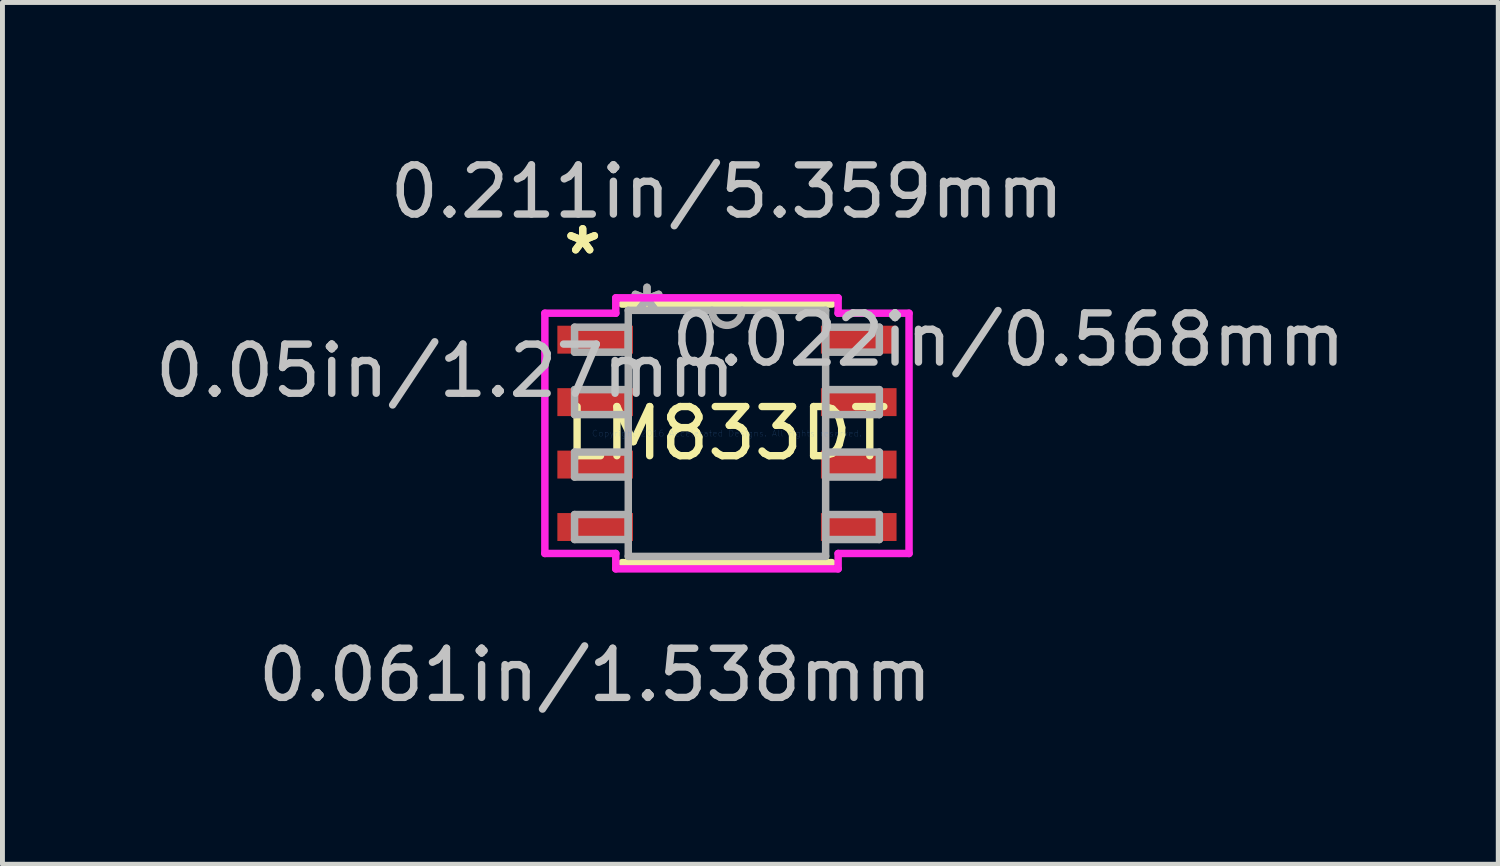
<source format=kicad_pcb>
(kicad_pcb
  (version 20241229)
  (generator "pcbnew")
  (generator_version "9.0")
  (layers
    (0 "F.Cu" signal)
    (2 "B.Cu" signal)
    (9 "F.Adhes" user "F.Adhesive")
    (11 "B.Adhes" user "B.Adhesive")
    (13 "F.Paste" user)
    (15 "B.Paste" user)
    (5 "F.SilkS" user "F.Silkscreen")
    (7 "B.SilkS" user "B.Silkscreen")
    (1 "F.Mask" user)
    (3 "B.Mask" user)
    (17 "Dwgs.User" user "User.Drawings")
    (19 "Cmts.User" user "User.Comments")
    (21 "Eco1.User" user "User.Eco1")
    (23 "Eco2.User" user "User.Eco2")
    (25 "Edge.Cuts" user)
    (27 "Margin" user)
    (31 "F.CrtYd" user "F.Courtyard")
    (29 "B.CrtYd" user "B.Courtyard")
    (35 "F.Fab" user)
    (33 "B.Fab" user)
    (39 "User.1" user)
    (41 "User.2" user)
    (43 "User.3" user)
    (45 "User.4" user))
  (footprint "LM833DT"
    (layer "F.Cu")
    (at 11.734 5.763)
    (property "Reference" "LM833DT" (at 0 0 0) (layer "F.SilkS") (effects (font (size 1 1) (thickness 0.15))))
    (attr through_hole)
    (fp_line (start -2.134 2.629) (end 2.134 2.629) (stroke (width 0.152) (type solid)) (layer "F.SilkS"))
    (fp_line (start 2.134 -2.629) (end -2.134 -2.629) (stroke (width 0.152) (type solid)) (layer "F.SilkS"))
    (fp_line (start -3.703 -2.443) (end -2.261 -2.443) (stroke (width 0.152) (type solid)) (layer "F.CrtYd"))
    (fp_line (start -3.703 2.443) (end -3.703 -2.443) (stroke (width 0.152) (type solid)) (layer "F.CrtYd"))
    (fp_line (start -2.261 -2.756) (end 2.261 -2.756) (stroke (width 0.152) (type solid)) (layer "F.CrtYd"))
    (fp_line (start -2.261 -2.443) (end -2.261 -2.756) (stroke (width 0.152) (type solid)) (layer "F.CrtYd"))
    (fp_line (start -2.261 2.443) (end -3.703 2.443) (stroke (width 0.152) (type solid)) (layer "F.CrtYd"))
    (fp_line (start -2.261 2.756) (end -2.261 2.443) (stroke (width 0.152) (type solid)) (layer "F.CrtYd"))
    (fp_line (start 2.261 -2.756) (end 2.261 -2.443) (stroke (width 0.152) (type solid)) (layer "F.CrtYd"))
    (fp_line (start 2.261 -2.443) (end 3.703 -2.443) (stroke (width 0.152) (type solid)) (layer "F.CrtYd"))
    (fp_line (start 2.261 2.443) (end 2.261 2.756) (stroke (width 0.152) (type solid)) (layer "F.CrtYd"))
    (fp_line (start 2.261 2.756) (end -2.261 2.756) (stroke (width 0.152) (type solid)) (layer "F.CrtYd"))
    (fp_line (start 3.703 -2.443) (end 3.703 2.443) (stroke (width 0.152) (type solid)) (layer "F.CrtYd"))
    (fp_line (start 3.703 2.443) (end 2.261 2.443) (stroke (width 0.152) (type solid)) (layer "F.CrtYd"))
    (fp_line (start -3.099 -2.159) (end -3.099 -1.651) (stroke (width 0.152) (type solid)) (layer "F.Fab"))
    (fp_line (start -3.099 -1.651) (end -2.007 -1.651) (stroke (width 0.152) (type solid)) (layer "F.Fab"))
    (fp_line (start -3.099 -0.889) (end -3.099 -0.381) (stroke (width 0.152) (type solid)) (layer "F.Fab"))
    (fp_line (start -3.099 -0.381) (end -2.007 -0.381) (stroke (width 0.152) (type solid)) (layer "F.Fab"))
    (fp_line (start -3.099 0.381) (end -3.099 0.889) (stroke (width 0.152) (type solid)) (layer "F.Fab"))
    (fp_line (start -3.099 0.889) (end -2.007 0.889) (stroke (width 0.152) (type solid)) (layer "F.Fab"))
    (fp_line (start -3.099 1.651) (end -3.099 2.159) (stroke (width 0.152) (type solid)) (layer "F.Fab"))
    (fp_line (start -3.099 2.159) (end -2.007 2.159) (stroke (width 0.152) (type solid)) (layer "F.Fab"))
    (fp_line (start -2.007 -2.502) (end -2.007 2.502) (stroke (width 0.152) (type solid)) (layer "F.Fab"))
    (fp_line (start -2.007 -2.159) (end -3.099 -2.159) (stroke (width 0.152) (type solid)) (layer "F.Fab"))
    (fp_line (start -2.007 -1.651) (end -2.007 -2.159) (stroke (width 0.152) (type solid)) (layer "F.Fab"))
    (fp_line (start -2.007 -0.889) (end -3.099 -0.889) (stroke (width 0.152) (type solid)) (layer "F.Fab"))
    (fp_line (start -2.007 -0.381) (end -2.007 -0.889) (stroke (width 0.152) (type solid)) (layer "F.Fab"))
    (fp_line (start -2.007 0.381) (end -3.099 0.381) (stroke (width 0.152) (type solid)) (layer "F.Fab"))
    (fp_line (start -2.007 0.889) (end -2.007 0.381) (stroke (width 0.152) (type solid)) (layer "F.Fab"))
    (fp_line (start -2.007 1.651) (end -3.099 1.651) (stroke (width 0.152) (type solid)) (layer "F.Fab"))
    (fp_line (start -2.007 2.159) (end -2.007 1.651) (stroke (width 0.152) (type solid)) (layer "F.Fab"))
    (fp_line (start -2.007 2.502) (end 2.007 2.502) (stroke (width 0.152) (type solid)) (layer "F.Fab"))
    (fp_line (start 2.007 -2.502) (end -2.007 -2.502) (stroke (width 0.152) (type solid)) (layer "F.Fab"))
    (fp_line (start 2.007 -2.159) (end 2.007 -1.651) (stroke (width 0.152) (type solid)) (layer "F.Fab"))
    (fp_line (start 2.007 -1.651) (end 3.099 -1.651) (stroke (width 0.152) (type solid)) (layer "F.Fab"))
    (fp_line (start 2.007 -0.889) (end 2.007 -0.381) (stroke (width 0.152) (type solid)) (layer "F.Fab"))
    (fp_line (start 2.007 -0.381) (end 3.099 -0.381) (stroke (width 0.152) (type solid)) (layer "F.Fab"))
    (fp_line (start 2.007 0.381) (end 2.007 0.889) (stroke (width 0.152) (type solid)) (layer "F.Fab"))
    (fp_line (start 2.007 0.889) (end 3.099 0.889) (stroke (width 0.152) (type solid)) (layer "F.Fab"))
    (fp_line (start 2.007 1.651) (end 2.007 2.159) (stroke (width 0.152) (type solid)) (layer "F.Fab"))
    (fp_line (start 2.007 2.159) (end 3.099 2.159) (stroke (width 0.152) (type solid)) (layer "F.Fab"))
    (fp_line (start 2.007 2.502) (end 2.007 -2.502) (stroke (width 0.152) (type solid)) (layer "F.Fab"))
    (fp_line (start 3.099 -2.159) (end 2.007 -2.159) (stroke (width 0.152) (type solid)) (layer "F.Fab"))
    (fp_line (start 3.099 -1.651) (end 3.099 -2.159) (stroke (width 0.152) (type solid)) (layer "F.Fab"))
    (fp_line (start 3.099 -0.889) (end 2.007 -0.889) (stroke (width 0.152) (type solid)) (layer "F.Fab"))
    (fp_line (start 3.099 -0.381) (end 3.099 -0.889) (stroke (width 0.152) (type solid)) (layer "F.Fab"))
    (fp_line (start 3.099 0.381) (end 2.007 0.381) (stroke (width 0.152) (type solid)) (layer "F.Fab"))
    (fp_line (start 3.099 0.889) (end 3.099 0.381) (stroke (width 0.152) (type solid)) (layer "F.Fab"))
    (fp_line (start 3.099 1.651) (end 2.007 1.651) (stroke (width 0.152) (type solid)) (layer "F.Fab"))
    (fp_line (start 3.099 2.159) (end 3.099 1.651) (stroke (width 0.152) (type solid)) (layer "F.Fab"))
    (fp_arc (start 0.3048 -2.5019) (mid 0 -2.1971) (end -0.3048 -2.5019) (stroke (width 0.1524) (type solid)) (layer "F.Fab"))
    (fp_text user "*" (at -2.934 -3.616 0) (layer "F.SilkS") (effects (font (size 1 1) (thickness 0.15))))
    (fp_text user "*" (at -2.934 -3.616 0) (layer "F.SilkS") (effects (font (size 1 1) (thickness 0.15))))
    (fp_text user "0.022in/0.568mm" (at 5.728 -1.905 0) (layer "Dwgs.User") (effects (font (size 1 1) (thickness 0.15))))
    (fp_text user "0.061in/1.538mm" (at -2.68 4.915 0) (layer "Dwgs.User") (effects (font (size 1 1) (thickness 0.15))))
    (fp_text user "0.05in/1.27mm" (at -5.728 -1.27 0) (layer "Dwgs.User") (effects (font (size 1 1) (thickness 0.15))))
    (fp_text user "0.211in/5.359mm" (at 0 -4.915 0) (layer "Dwgs.User") (effects (font (size 1 1) (thickness 0.15))))
    (fp_text user "Copyright 2016 Accelerated Designs. All rights reserved." (at 0 0 0) (layer "Cmts.User") (effects (font (size 0.127 0.127) (thickness 0.002))))
    (fp_text user "*" (at -1.626 -2.426 0) (layer "F.Fab") (effects (font (size 1 1) (thickness 0.15))))
    (fp_text user "*" (at -1.626 -2.426 0) (layer "F.Fab") (effects (font (size 1 1) (thickness 0.15))))
    (pad "1" smd rect (at -2.68 -1.905) (size 1.538 0.568) (layers "F.Cu" "F.Mask" "F.Paste"))
    (pad "2" smd rect (at -2.68 -0.635) (size 1.538 0.568) (layers "F.Cu" "F.Mask" "F.Paste"))
    (pad "3" smd rect (at -2.68 0.635) (size 1.538 0.568) (layers "F.Cu" "F.Mask" "F.Paste"))
    (pad "4" smd rect (at -2.68 1.905) (size 1.538 0.568) (layers "F.Cu" "F.Mask" "F.Paste"))
    (pad "5" smd rect (at 2.68 1.905) (size 1.538 0.568) (layers "F.Cu" "F.Mask" "F.Paste"))
    (pad "6" smd rect (at 2.68 0.635) (size 1.538 0.568) (layers "F.Cu" "F.Mask" "F.Paste"))
    (pad "7" smd rect (at 2.68 -0.635) (size 1.538 0.568) (layers "F.Cu" "F.Mask" "F.Paste"))
    (pad "8" smd rect (at 2.68 -1.905) (size 1.538 0.568) (layers "F.Cu" "F.Mask" "F.Paste")))
  (gr_rect
    (start -3 -3)
    (end 27.42 14.526)
    (stroke (width 0.1) (type default))
    (fill no)
    (layer "Edge.Cuts")))
</source>
